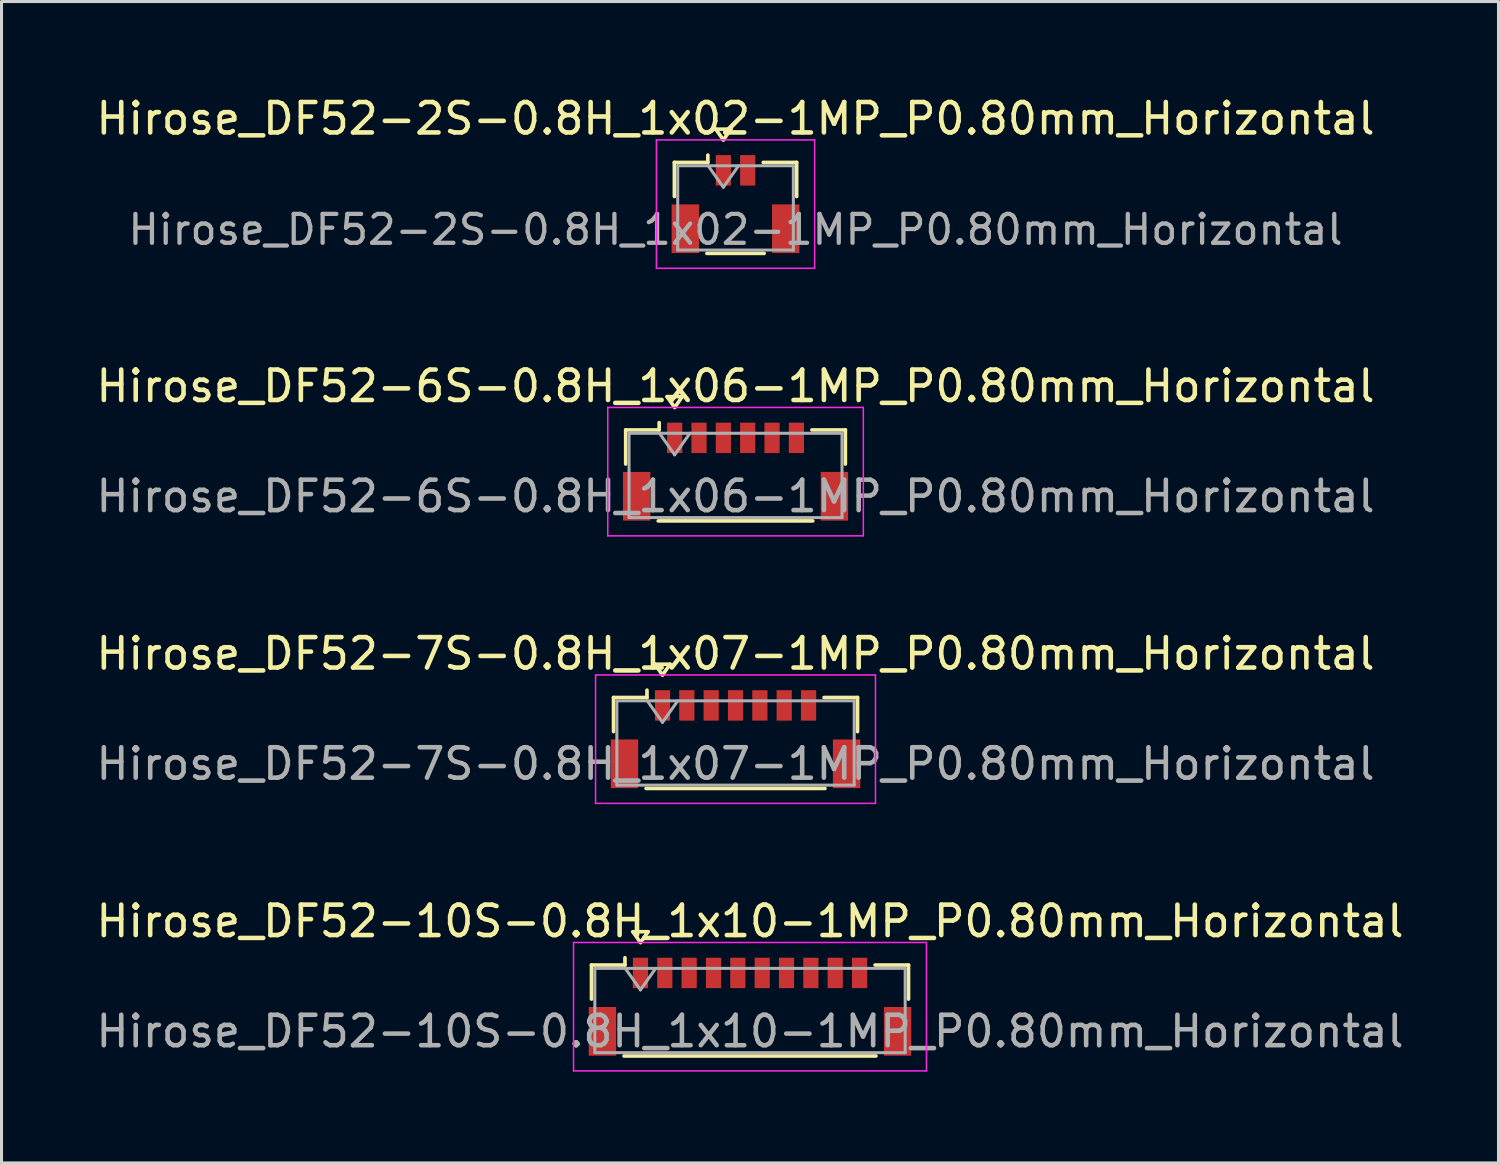
<source format=kicad_pcb>
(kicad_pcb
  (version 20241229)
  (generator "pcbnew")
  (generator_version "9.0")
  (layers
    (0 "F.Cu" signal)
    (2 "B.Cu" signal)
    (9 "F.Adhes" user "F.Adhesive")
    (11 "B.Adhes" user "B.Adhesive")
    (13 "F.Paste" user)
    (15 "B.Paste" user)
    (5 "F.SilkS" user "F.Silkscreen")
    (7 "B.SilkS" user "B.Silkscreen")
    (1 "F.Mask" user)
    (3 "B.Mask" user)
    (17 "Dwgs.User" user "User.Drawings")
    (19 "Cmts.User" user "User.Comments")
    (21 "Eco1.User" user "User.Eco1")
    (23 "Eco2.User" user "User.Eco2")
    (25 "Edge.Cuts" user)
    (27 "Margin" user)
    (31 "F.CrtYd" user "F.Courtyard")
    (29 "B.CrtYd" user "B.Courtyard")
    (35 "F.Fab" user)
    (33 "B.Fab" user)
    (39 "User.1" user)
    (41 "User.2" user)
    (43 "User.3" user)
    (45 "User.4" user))
  (footprint "Hirose_DF52-10S-0.8H_1x10-1MP_P0.80mm_Horizontal"
    (layer "F.Cu")
    (at 21.601 30.038)
    (property "Reference" "Hirose_DF52-10S-0.8H_1x10-1MP_P0.80mm_Horizontal" (at 0 -2.81 0) (layer "F.SilkS") (effects (font (size 1 1) (thickness 0.15))))
    (attr smd)
    (fp_line (start -5.21 -1.37) (end -4.11 -1.37) (stroke (width 0.12) (type solid)) (layer "F.SilkS"))
    (fp_line (start -5.21 -0.25) (end -5.21 -1.37) (stroke (width 0.12) (type solid)) (layer "F.SilkS"))
    (fp_line (start -4.14 1.62) (end 4.14 1.62) (stroke (width 0.12) (type solid)) (layer "F.SilkS"))
    (fp_line (start -4.11 -1.37) (end -4.11 -1.61) (stroke (width 0.12) (type solid)) (layer "F.SilkS"))
    (fp_line (start -3.85 -2.464) (end -3.6 -2.11) (stroke (width 0.12) (type solid)) (layer "F.SilkS"))
    (fp_line (start -3.6 -2.11) (end -3.35 -2.464) (stroke (width 0.12) (type solid)) (layer "F.SilkS"))
    (fp_line (start -3.35 -2.464) (end -3.85 -2.464) (stroke (width 0.12) (type solid)) (layer "F.SilkS"))
    (fp_line (start 5.21 -1.37) (end 4.11 -1.37) (stroke (width 0.12) (type solid)) (layer "F.SilkS"))
    (fp_line (start 5.21 -0.25) (end 5.21 -1.37) (stroke (width 0.12) (type solid)) (layer "F.SilkS"))
    (fp_line (start -5.8 -2.11) (end -5.8 2.11) (stroke (width 0.05) (type solid)) (layer "F.CrtYd"))
    (fp_line (start -5.8 2.11) (end 5.8 2.11) (stroke (width 0.05) (type solid)) (layer "F.CrtYd"))
    (fp_line (start 5.8 -2.11) (end -5.8 -2.11) (stroke (width 0.05) (type solid)) (layer "F.CrtYd"))
    (fp_line (start 5.8 2.11) (end 5.8 -2.11) (stroke (width 0.05) (type solid)) (layer "F.CrtYd"))
    (fp_line (start -5.1 -1.26) (end -5.1 1.51) (stroke (width 0.1) (type solid)) (layer "F.Fab"))
    (fp_line (start -5.1 -1.26) (end 5.1 -1.26) (stroke (width 0.1) (type solid)) (layer "F.Fab"))
    (fp_line (start -5.1 1.51) (end 5.1 1.51) (stroke (width 0.1) (type solid)) (layer "F.Fab"))
    (fp_line (start -4.1 -1.26) (end -3.6 -0.553) (stroke (width 0.1) (type solid)) (layer "F.Fab"))
    (fp_line (start -3.6 -0.553) (end -3.1 -1.26) (stroke (width 0.1) (type solid)) (layer "F.Fab"))
    (fp_line (start 5.1 -1.26) (end 5.1 1.51) (stroke (width 0.1) (type solid)) (layer "F.Fab"))
    (fp_text user "${REFERENCE}" (at 0 0.81 0) (layer "F.Fab") (effects (font (size 1 1) (thickness 0.15))))
    (pad "1" smd rect (at -3.6 -1.11) (size 0.5 1) (layers "F.Cu" "F.Mask" "F.Paste"))
    (pad "2" smd rect (at -2.8 -1.11) (size 0.5 1) (layers "F.Cu" "F.Mask" "F.Paste"))
    (pad "3" smd rect (at -2 -1.11) (size 0.5 1) (layers "F.Cu" "F.Mask" "F.Paste"))
    (pad "4" smd rect (at -1.2 -1.11) (size 0.5 1) (layers "F.Cu" "F.Mask" "F.Paste"))
    (pad "5" smd rect (at -0.4 -1.11) (size 0.5 1) (layers "F.Cu" "F.Mask" "F.Paste"))
    (pad "6" smd rect (at 0.4 -1.11) (size 0.5 1) (layers "F.Cu" "F.Mask" "F.Paste"))
    (pad "7" smd rect (at 1.2 -1.11) (size 0.5 1) (layers "F.Cu" "F.Mask" "F.Paste"))
    (pad "8" smd rect (at 2 -1.11) (size 0.5 1) (layers "F.Cu" "F.Mask" "F.Paste"))
    (pad "9" smd rect (at 2.8 -1.11) (size 0.5 1) (layers "F.Cu" "F.Mask" "F.Paste"))
    (pad "10" smd rect (at 3.6 -1.11) (size 0.5 1) (layers "F.Cu" "F.Mask" "F.Paste"))
    (pad "MP" smd rect (at -4.85 0.81) (size 0.9 1.6) (layers "F.Cu" "F.Mask" "F.Paste"))
    (pad "MP" smd rect (at 4.85 0.81) (size 0.9 1.6) (layers "F.Cu" "F.Mask" "F.Paste")))
  (footprint "Hirose_DF52-2S-0.8H_1x02-1MP_P0.80mm_Horizontal"
    (layer "F.Cu")
    (at 21.125 3.658)
    (property "Reference" "Hirose_DF52-2S-0.8H_1x02-1MP_P0.80mm_Horizontal" (at 0 -2.81 0) (layer "F.SilkS") (effects (font (size 1 1) (thickness 0.15))))
    (attr smd)
    (fp_line (start -2.01 -1.37) (end -0.91 -1.37) (stroke (width 0.12) (type solid)) (layer "F.SilkS"))
    (fp_line (start -2.01 -0.25) (end -2.01 -1.37) (stroke (width 0.12) (type solid)) (layer "F.SilkS"))
    (fp_line (start -0.94 1.62) (end 0.94 1.62) (stroke (width 0.12) (type solid)) (layer "F.SilkS"))
    (fp_line (start -0.91 -1.37) (end -0.91 -1.61) (stroke (width 0.12) (type solid)) (layer "F.SilkS"))
    (fp_line (start -0.65 -2.464) (end -0.4 -2.11) (stroke (width 0.12) (type solid)) (layer "F.SilkS"))
    (fp_line (start -0.4 -2.11) (end -0.15 -2.464) (stroke (width 0.12) (type solid)) (layer "F.SilkS"))
    (fp_line (start -0.15 -2.464) (end -0.65 -2.464) (stroke (width 0.12) (type solid)) (layer "F.SilkS"))
    (fp_line (start 2.01 -1.37) (end 0.91 -1.37) (stroke (width 0.12) (type solid)) (layer "F.SilkS"))
    (fp_line (start 2.01 -0.25) (end 2.01 -1.37) (stroke (width 0.12) (type solid)) (layer "F.SilkS"))
    (fp_line (start -2.6 -2.11) (end -2.6 2.11) (stroke (width 0.05) (type solid)) (layer "F.CrtYd"))
    (fp_line (start -2.6 2.11) (end 2.6 2.11) (stroke (width 0.05) (type solid)) (layer "F.CrtYd"))
    (fp_line (start 2.6 -2.11) (end -2.6 -2.11) (stroke (width 0.05) (type solid)) (layer "F.CrtYd"))
    (fp_line (start 2.6 2.11) (end 2.6 -2.11) (stroke (width 0.05) (type solid)) (layer "F.CrtYd"))
    (fp_line (start -1.9 -1.26) (end -1.9 1.51) (stroke (width 0.1) (type solid)) (layer "F.Fab"))
    (fp_line (start -1.9 -1.26) (end 1.9 -1.26) (stroke (width 0.1) (type solid)) (layer "F.Fab"))
    (fp_line (start -1.9 1.51) (end 1.9 1.51) (stroke (width 0.1) (type solid)) (layer "F.Fab"))
    (fp_line (start -0.9 -1.26) (end -0.4 -0.553) (stroke (width 0.1) (type solid)) (layer "F.Fab"))
    (fp_line (start -0.4 -0.553) (end 0.1 -1.26) (stroke (width 0.1) (type solid)) (layer "F.Fab"))
    (fp_line (start 1.9 -1.26) (end 1.9 1.51) (stroke (width 0.1) (type solid)) (layer "F.Fab"))
    (fp_text user "${REFERENCE}" (at 0 0.84 0) (layer "F.Fab") (effects (font (size 0.95 0.95) (thickness 0.14))))
    (pad "1" smd rect (at -0.4 -1.11) (size 0.5 1) (layers "F.Cu" "F.Mask" "F.Paste"))
    (pad "2" smd rect (at 0.4 -1.11) (size 0.5 1) (layers "F.Cu" "F.Mask" "F.Paste"))
    (pad "MP" smd rect (at -1.65 0.81) (size 0.9 1.6) (layers "F.Cu" "F.Mask" "F.Paste"))
    (pad "MP" smd rect (at 1.65 0.81) (size 0.9 1.6) (layers "F.Cu" "F.Mask" "F.Paste")))
  (footprint "Hirose_DF52-6S-0.8H_1x06-1MP_P0.80mm_Horizontal"
    (layer "F.Cu")
    (at 21.125 12.451)
    (property "Reference" "Hirose_DF52-6S-0.8H_1x06-1MP_P0.80mm_Horizontal" (at 0 -2.81 0) (layer "F.SilkS") (effects (font (size 1 1) (thickness 0.15))))
    (attr smd)
    (fp_line (start -3.61 -1.37) (end -2.51 -1.37) (stroke (width 0.12) (type solid)) (layer "F.SilkS"))
    (fp_line (start -3.61 -0.25) (end -3.61 -1.37) (stroke (width 0.12) (type solid)) (layer "F.SilkS"))
    (fp_line (start -2.54 1.62) (end 2.54 1.62) (stroke (width 0.12) (type solid)) (layer "F.SilkS"))
    (fp_line (start -2.51 -1.37) (end -2.51 -1.61) (stroke (width 0.12) (type solid)) (layer "F.SilkS"))
    (fp_line (start -2.25 -2.464) (end -2 -2.11) (stroke (width 0.12) (type solid)) (layer "F.SilkS"))
    (fp_line (start -2 -2.11) (end -1.75 -2.464) (stroke (width 0.12) (type solid)) (layer "F.SilkS"))
    (fp_line (start -1.75 -2.464) (end -2.25 -2.464) (stroke (width 0.12) (type solid)) (layer "F.SilkS"))
    (fp_line (start 3.61 -1.37) (end 2.51 -1.37) (stroke (width 0.12) (type solid)) (layer "F.SilkS"))
    (fp_line (start 3.61 -0.25) (end 3.61 -1.37) (stroke (width 0.12) (type solid)) (layer "F.SilkS"))
    (fp_line (start -4.2 -2.11) (end -4.2 2.11) (stroke (width 0.05) (type solid)) (layer "F.CrtYd"))
    (fp_line (start -4.2 2.11) (end 4.2 2.11) (stroke (width 0.05) (type solid)) (layer "F.CrtYd"))
    (fp_line (start 4.2 -2.11) (end -4.2 -2.11) (stroke (width 0.05) (type solid)) (layer "F.CrtYd"))
    (fp_line (start 4.2 2.11) (end 4.2 -2.11) (stroke (width 0.05) (type solid)) (layer "F.CrtYd"))
    (fp_line (start -3.5 -1.26) (end -3.5 1.51) (stroke (width 0.1) (type solid)) (layer "F.Fab"))
    (fp_line (start -3.5 -1.26) (end 3.5 -1.26) (stroke (width 0.1) (type solid)) (layer "F.Fab"))
    (fp_line (start -3.5 1.51) (end 3.5 1.51) (stroke (width 0.1) (type solid)) (layer "F.Fab"))
    (fp_line (start -2.5 -1.26) (end -2 -0.553) (stroke (width 0.1) (type solid)) (layer "F.Fab"))
    (fp_line (start -2 -0.553) (end -1.5 -1.26) (stroke (width 0.1) (type solid)) (layer "F.Fab"))
    (fp_line (start 3.5 -1.26) (end 3.5 1.51) (stroke (width 0.1) (type solid)) (layer "F.Fab"))
    (fp_text user "${REFERENCE}" (at 0 0.81 0) (layer "F.Fab") (effects (font (size 1 1) (thickness 0.15))))
    (pad "1" smd rect (at -2 -1.11) (size 0.5 1) (layers "F.Cu" "F.Mask" "F.Paste"))
    (pad "2" smd rect (at -1.2 -1.11) (size 0.5 1) (layers "F.Cu" "F.Mask" "F.Paste"))
    (pad "3" smd rect (at -0.4 -1.11) (size 0.5 1) (layers "F.Cu" "F.Mask" "F.Paste"))
    (pad "4" smd rect (at 0.4 -1.11) (size 0.5 1) (layers "F.Cu" "F.Mask" "F.Paste"))
    (pad "5" smd rect (at 1.2 -1.11) (size 0.5 1) (layers "F.Cu" "F.Mask" "F.Paste"))
    (pad "6" smd rect (at 2 -1.11) (size 0.5 1) (layers "F.Cu" "F.Mask" "F.Paste"))
    (pad "MP" smd rect (at -3.25 0.81) (size 0.9 1.6) (layers "F.Cu" "F.Mask" "F.Paste"))
    (pad "MP" smd rect (at 3.25 0.81) (size 0.9 1.6) (layers "F.Cu" "F.Mask" "F.Paste")))
  (footprint "Hirose_DF52-7S-0.8H_1x07-1MP_P0.80mm_Horizontal"
    (layer "F.Cu")
    (at 21.125 21.245)
    (property "Reference" "Hirose_DF52-7S-0.8H_1x07-1MP_P0.80mm_Horizontal" (at 0 -2.81 0) (layer "F.SilkS") (effects (font (size 1 1) (thickness 0.15))))
    (attr smd)
    (fp_line (start -4.01 -1.37) (end -2.91 -1.37) (stroke (width 0.12) (type solid)) (layer "F.SilkS"))
    (fp_line (start -4.01 -0.25) (end -4.01 -1.37) (stroke (width 0.12) (type solid)) (layer "F.SilkS"))
    (fp_line (start -2.94 1.62) (end 2.94 1.62) (stroke (width 0.12) (type solid)) (layer "F.SilkS"))
    (fp_line (start -2.91 -1.37) (end -2.91 -1.61) (stroke (width 0.12) (type solid)) (layer "F.SilkS"))
    (fp_line (start -2.65 -2.464) (end -2.4 -2.11) (stroke (width 0.12) (type solid)) (layer "F.SilkS"))
    (fp_line (start -2.4 -2.11) (end -2.15 -2.464) (stroke (width 0.12) (type solid)) (layer "F.SilkS"))
    (fp_line (start -2.15 -2.464) (end -2.65 -2.464) (stroke (width 0.12) (type solid)) (layer "F.SilkS"))
    (fp_line (start 4.01 -1.37) (end 2.91 -1.37) (stroke (width 0.12) (type solid)) (layer "F.SilkS"))
    (fp_line (start 4.01 -0.25) (end 4.01 -1.37) (stroke (width 0.12) (type solid)) (layer "F.SilkS"))
    (fp_line (start -4.6 -2.11) (end -4.6 2.11) (stroke (width 0.05) (type solid)) (layer "F.CrtYd"))
    (fp_line (start -4.6 2.11) (end 4.6 2.11) (stroke (width 0.05) (type solid)) (layer "F.CrtYd"))
    (fp_line (start 4.6 -2.11) (end -4.6 -2.11) (stroke (width 0.05) (type solid)) (layer "F.CrtYd"))
    (fp_line (start 4.6 2.11) (end 4.6 -2.11) (stroke (width 0.05) (type solid)) (layer "F.CrtYd"))
    (fp_line (start -3.9 -1.26) (end -3.9 1.51) (stroke (width 0.1) (type solid)) (layer "F.Fab"))
    (fp_line (start -3.9 -1.26) (end 3.9 -1.26) (stroke (width 0.1) (type solid)) (layer "F.Fab"))
    (fp_line (start -3.9 1.51) (end 3.9 1.51) (stroke (width 0.1) (type solid)) (layer "F.Fab"))
    (fp_line (start -2.9 -1.26) (end -2.4 -0.553) (stroke (width 0.1) (type solid)) (layer "F.Fab"))
    (fp_line (start -2.4 -0.553) (end -1.9 -1.26) (stroke (width 0.1) (type solid)) (layer "F.Fab"))
    (fp_line (start 3.9 -1.26) (end 3.9 1.51) (stroke (width 0.1) (type solid)) (layer "F.Fab"))
    (fp_text user "${REFERENCE}" (at 0 0.81 0) (layer "F.Fab") (effects (font (size 1 1) (thickness 0.15))))
    (pad "1" smd rect (at -2.4 -1.11) (size 0.5 1) (layers "F.Cu" "F.Mask" "F.Paste"))
    (pad "2" smd rect (at -1.6 -1.11) (size 0.5 1) (layers "F.Cu" "F.Mask" "F.Paste"))
    (pad "3" smd rect (at -0.8 -1.11) (size 0.5 1) (layers "F.Cu" "F.Mask" "F.Paste"))
    (pad "4" smd rect (at 0 -1.11) (size 0.5 1) (layers "F.Cu" "F.Mask" "F.Paste"))
    (pad "5" smd rect (at 0.8 -1.11) (size 0.5 1) (layers "F.Cu" "F.Mask" "F.Paste"))
    (pad "6" smd rect (at 1.6 -1.11) (size 0.5 1) (layers "F.Cu" "F.Mask" "F.Paste"))
    (pad "7" smd rect (at 2.4 -1.11) (size 0.5 1) (layers "F.Cu" "F.Mask" "F.Paste"))
    (pad "MP" smd rect (at -3.65 0.81) (size 0.9 1.6) (layers "F.Cu" "F.Mask" "F.Paste"))
    (pad "MP" smd rect (at 3.65 0.81) (size 0.9 1.6) (layers "F.Cu" "F.Mask" "F.Paste")))
  (gr_rect
    (start -3 -3)
    (end 46.202 35.173)
    (stroke (width 0.1) (type default))
    (fill no)
    (layer "Edge.Cuts")))
</source>
